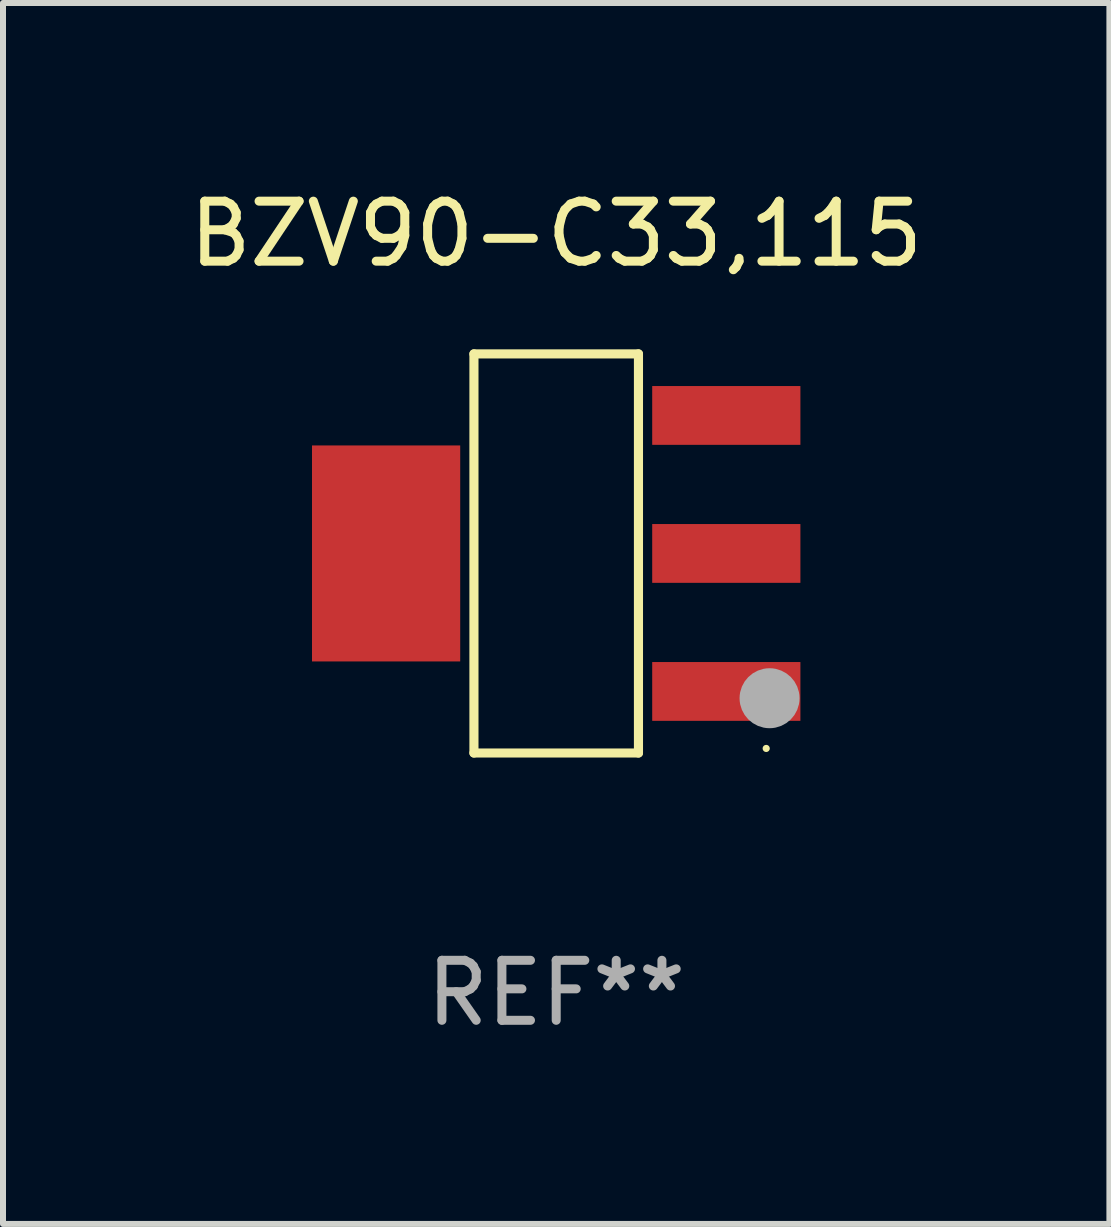
<source format=kicad_pcb>
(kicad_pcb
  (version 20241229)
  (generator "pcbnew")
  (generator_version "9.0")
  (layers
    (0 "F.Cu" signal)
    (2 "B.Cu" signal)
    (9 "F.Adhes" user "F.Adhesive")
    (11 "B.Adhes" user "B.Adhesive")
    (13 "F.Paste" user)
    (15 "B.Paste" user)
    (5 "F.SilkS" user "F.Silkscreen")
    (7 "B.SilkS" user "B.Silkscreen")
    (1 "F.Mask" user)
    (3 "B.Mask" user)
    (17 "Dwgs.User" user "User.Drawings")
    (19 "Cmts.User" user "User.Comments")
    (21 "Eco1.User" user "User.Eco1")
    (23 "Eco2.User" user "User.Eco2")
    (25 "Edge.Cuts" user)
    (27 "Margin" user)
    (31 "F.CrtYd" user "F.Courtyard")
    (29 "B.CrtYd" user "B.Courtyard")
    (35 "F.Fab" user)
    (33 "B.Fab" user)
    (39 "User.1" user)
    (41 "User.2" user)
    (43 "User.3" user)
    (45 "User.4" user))
  (footprint "BZV90-C33,115"
    (layer "F.Cu")
    (at 6.22 6.174)
    (property "Reference" "BZV90-C33,115" (at 0 -5.326 0) (layer "F.SilkS") (effects (font (size 1 1) (thickness 0.15))))
    (attr through_hole)
    (fp_line (start -1.371 -3.326) (end 1.371 -3.326) (stroke (width 0.152) (type solid)) (layer "F.SilkS"))
    (fp_line (start -1.371 3.326) (end -1.371 -3.326) (stroke (width 0.152) (type solid)) (layer "F.SilkS"))
    (fp_line (start 1.371 -3.326) (end 1.371 3.326) (stroke (width 0.152) (type solid)) (layer "F.SilkS"))
    (fp_line (start 1.371 3.326) (end -1.371 3.326) (stroke (width 0.152) (type solid)) (layer "F.SilkS"))
    (fp_circle (center 3.5 3.25) (end 3.53 3.25) (stroke (width 0.06) (type solid)) (fill no) (layer "F.SilkS"))
    (fp_circle (center 3.556 2.413) (end 3.806 2.413) (stroke (width 0.5) (type solid)) (fill no) (layer "F.Fab"))
    (fp_text user "REF**" (at 0 7.326 0) (layer "F.Fab") (effects (font (size 1 1) (thickness 0.15))))
    (pad "1" smd rect (at 2.835 2.3) (size 2.47 0.98) (layers "F.Cu" "F.Mask" "F.Paste"))
    (pad "2" smd rect (at 2.835 0) (size 2.47 0.98) (layers "F.Cu" "F.Mask" "F.Paste"))
    (pad "3" smd rect (at 2.835 -2.3) (size 2.47 0.98) (layers "F.Cu" "F.Mask" "F.Paste"))
    (pad "4" smd rect (at -2.835 0) (size 2.47 3.6) (layers "F.Cu" "F.Mask" "F.Paste")))
  (gr_rect
    (start -3 -3)
    (end 15.44 17.349)
    (stroke (width 0.1) (type default))
    (fill no)
    (layer "Edge.Cuts")))
</source>
